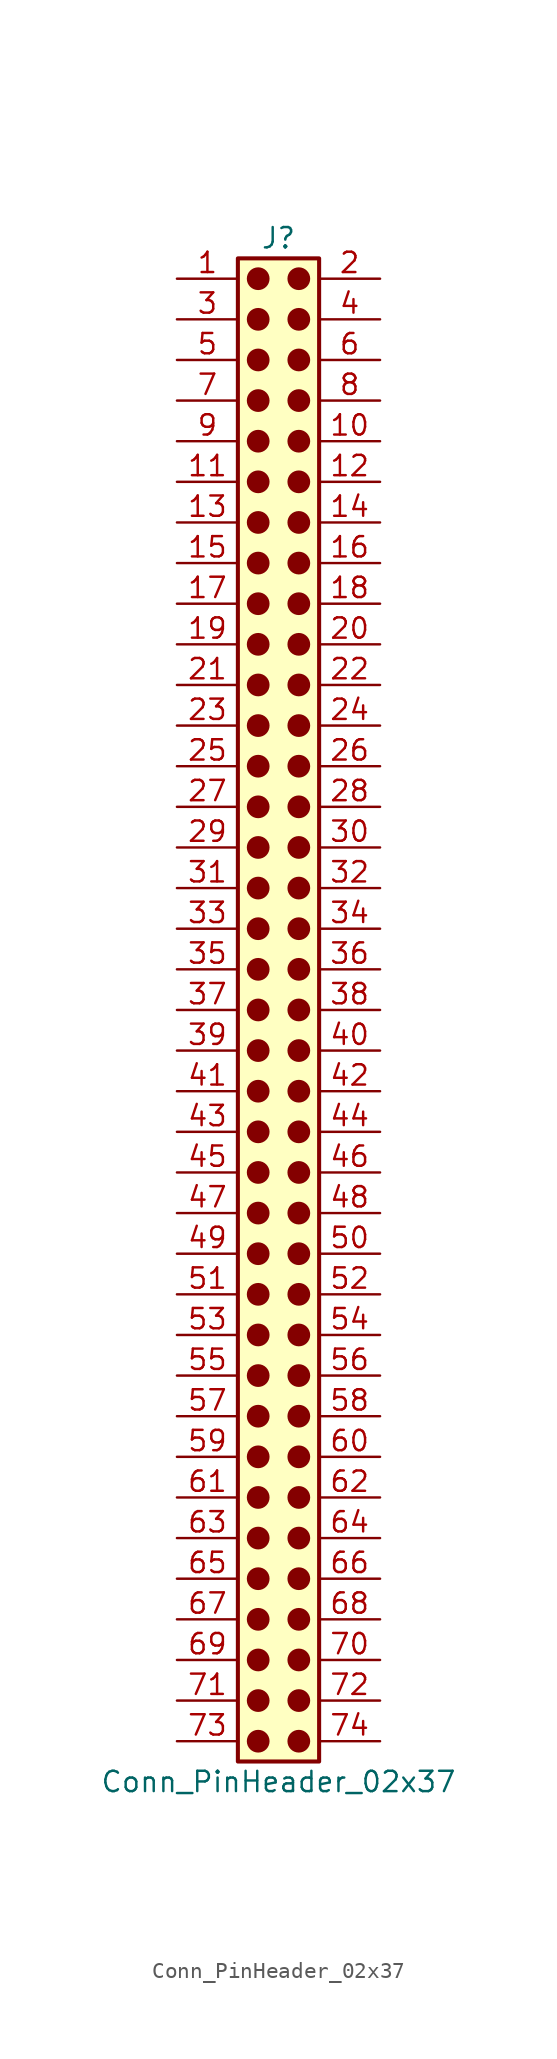
<source format=kicad_sym>
(kicad_symbol_lib
  (version 20241209)
  (generator "kicad_symbol_editor")
  (generator_version "9.0")
  (symbol "Conn_PinHeader_02x37"
    (pin_names
      (offset 1.016)
      (hide yes))
    (property "Reference" "J"
      (at 1.27 48.26 0)
      (effects (font (size 1.27 1.27))))
    (property "Value" "Conn_PinHeader_02x37"
      (at 1.27 -48.26 0)
      (effects (font (size 1.27 1.27))))
    (symbol "Conn_PinHeader_02x37_1_1"
      (rectangle (start -1.27 46.99) (end 3.81 -46.99) (stroke (width 0.254) (type default)) (fill (type background)))
      (circle (center 0 45.72) (radius 0.635) (stroke (width 0) (type solid) (color 132 0 0 1)) (fill (type outline)))
      (circle (center 0 43.18) (radius 0.635) (stroke (width 0) (type solid) (color 132 0 0 1)) (fill (type outline)))
      (circle (center 0 40.64) (radius 0.635) (stroke (width 0) (type solid) (color 132 0 0 1)) (fill (type outline)))
      (circle (center 0 38.1) (radius 0.635) (stroke (width 0) (type solid) (color 132 0 0 1)) (fill (type outline)))
      (circle (center 0 35.56) (radius 0.635) (stroke (width 0) (type solid) (color 132 0 0 1)) (fill (type outline)))
      (circle (center 0 33.02) (radius 0.635) (stroke (width 0) (type solid) (color 132 0 0 1)) (fill (type outline)))
      (circle (center 0 30.48) (radius 0.635) (stroke (width 0) (type solid) (color 132 0 0 1)) (fill (type outline)))
      (circle (center 0 27.94) (radius 0.635) (stroke (width 0) (type solid) (color 132 0 0 1)) (fill (type outline)))
      (circle (center 0 25.4) (radius 0.635) (stroke (width 0) (type solid) (color 132 0 0 1)) (fill (type outline)))
      (circle (center 0 22.86) (radius 0.635) (stroke (width 0) (type solid) (color 132 0 0 1)) (fill (type outline)))
      (circle (center 0 20.32) (radius 0.635) (stroke (width 0) (type solid) (color 132 0 0 1)) (fill (type outline)))
      (circle (center 0 17.78) (radius 0.635) (stroke (width 0) (type solid) (color 132 0 0 1)) (fill (type outline)))
      (circle (center 0 15.24) (radius 0.635) (stroke (width 0) (type solid) (color 132 0 0 1)) (fill (type outline)))
      (circle (center 0 12.7) (radius 0.635) (stroke (width 0) (type solid) (color 132 0 0 1)) (fill (type outline)))
      (circle (center 0 10.16) (radius 0.635) (stroke (width 0) (type solid) (color 132 0 0 1)) (fill (type outline)))
      (circle (center 0 7.62) (radius 0.635) (stroke (width 0) (type solid) (color 132 0 0 1)) (fill (type outline)))
      (circle (center 0 5.08) (radius 0.635) (stroke (width 0) (type solid) (color 132 0 0 1)) (fill (type outline)))
      (circle (center 0 2.54) (radius 0.635) (stroke (width 0) (type solid) (color 132 0 0 1)) (fill (type outline)))
      (circle (center 0 0) (radius 0.635) (stroke (width 0) (type solid) (color 132 0 0 1)) (fill (type outline)))
      (circle (center 0 -2.54) (radius 0.635) (stroke (width 0) (type solid) (color 132 0 0 1)) (fill (type outline)))
      (circle (center 0 -5.08) (radius 0.635) (stroke (width 0) (type solid) (color 132 0 0 1)) (fill (type outline)))
      (circle (center 0 -7.62) (radius 0.635) (stroke (width 0) (type solid) (color 132 0 0 1)) (fill (type outline)))
      (circle (center 0 -10.16) (radius 0.635) (stroke (width 0) (type solid) (color 132 0 0 1)) (fill (type outline)))
      (circle (center 0 -12.7) (radius 0.635) (stroke (width 0) (type solid) (color 132 0 0 1)) (fill (type outline)))
      (circle (center 0 -15.24) (radius 0.635) (stroke (width 0) (type solid) (color 132 0 0 1)) (fill (type outline)))
      (circle (center 0 -17.78) (radius 0.635) (stroke (width 0) (type solid) (color 132 0 0 1)) (fill (type outline)))
      (circle (center 0 -20.32) (radius 0.635) (stroke (width 0) (type solid) (color 132 0 0 1)) (fill (type outline)))
      (circle (center 0 -22.86) (radius 0.635) (stroke (width 0) (type solid) (color 132 0 0 1)) (fill (type outline)))
      (circle (center 0 -25.4) (radius 0.635) (stroke (width 0) (type solid) (color 132 0 0 1)) (fill (type outline)))
      (circle (center 0 -27.94) (radius 0.635) (stroke (width 0) (type solid) (color 132 0 0 1)) (fill (type outline)))
      (circle (center 0 -30.48) (radius 0.635) (stroke (width 0) (type solid) (color 132 0 0 1)) (fill (type outline)))
      (circle (center 0 -33.02) (radius 0.635) (stroke (width 0) (type solid) (color 132 0 0 1)) (fill (type outline)))
      (circle (center 0 -35.56) (radius 0.635) (stroke (width 0) (type solid) (color 132 0 0 1)) (fill (type outline)))
      (circle (center 0 -38.1) (radius 0.635) (stroke (width 0) (type solid) (color 132 0 0 1)) (fill (type outline)))
      (circle (center 0 -40.64) (radius 0.635) (stroke (width 0) (type solid) (color 132 0 0 1)) (fill (type outline)))
      (circle (center 0 -43.18) (radius 0.635) (stroke (width 0) (type solid) (color 132 0 0 1)) (fill (type outline)))
      (circle (center 0 -45.72) (radius 0.635) (stroke (width 0) (type solid) (color 132 0 0 1)) (fill (type outline)))
      (circle (center 2.54 45.72) (radius 0.635) (stroke (width 0) (type solid) (color 132 0 0 1)) (fill (type outline)))
      (circle (center 2.54 43.18) (radius 0.635) (stroke (width 0) (type solid) (color 132 0 0 1)) (fill (type outline)))
      (circle (center 2.54 40.64) (radius 0.635) (stroke (width 0) (type solid) (color 132 0 0 1)) (fill (type outline)))
      (circle (center 2.54 38.1) (radius 0.635) (stroke (width 0) (type solid) (color 132 0 0 1)) (fill (type outline)))
      (circle (center 2.54 35.56) (radius 0.635) (stroke (width 0) (type solid) (color 132 0 0 1)) (fill (type outline)))
      (circle (center 2.54 33.02) (radius 0.635) (stroke (width 0) (type solid) (color 132 0 0 1)) (fill (type outline)))
      (circle (center 2.54 30.48) (radius 0.635) (stroke (width 0) (type solid) (color 132 0 0 1)) (fill (type outline)))
      (circle (center 2.54 27.94) (radius 0.635) (stroke (width 0) (type solid) (color 132 0 0 1)) (fill (type outline)))
      (circle (center 2.54 25.4) (radius 0.635) (stroke (width 0) (type solid) (color 132 0 0 1)) (fill (type outline)))
      (circle (center 2.54 22.86) (radius 0.635) (stroke (width 0) (type solid) (color 132 0 0 1)) (fill (type outline)))
      (circle (center 2.54 20.32) (radius 0.635) (stroke (width 0) (type solid) (color 132 0 0 1)) (fill (type outline)))
      (circle (center 2.54 17.78) (radius 0.635) (stroke (width 0) (type solid) (color 132 0 0 1)) (fill (type outline)))
      (circle (center 2.54 15.24) (radius 0.635) (stroke (width 0) (type solid) (color 132 0 0 1)) (fill (type outline)))
      (circle (center 2.54 12.7) (radius 0.635) (stroke (width 0) (type solid) (color 132 0 0 1)) (fill (type outline)))
      (circle (center 2.54 10.16) (radius 0.635) (stroke (width 0) (type solid) (color 132 0 0 1)) (fill (type outline)))
      (circle (center 2.54 7.62) (radius 0.635) (stroke (width 0) (type solid) (color 132 0 0 1)) (fill (type outline)))
      (circle (center 2.54 5.08) (radius 0.635) (stroke (width 0) (type solid) (color 132 0 0 1)) (fill (type outline)))
      (circle (center 2.54 2.54) (radius 0.635) (stroke (width 0) (type solid) (color 132 0 0 1)) (fill (type outline)))
      (circle (center 2.54 0) (radius 0.635) (stroke (width 0) (type solid) (color 132 0 0 1)) (fill (type outline)))
      (circle (center 2.54 -2.54) (radius 0.635) (stroke (width 0) (type solid) (color 132 0 0 1)) (fill (type outline)))
      (circle (center 2.54 -5.08) (radius 0.635) (stroke (width 0) (type solid) (color 132 0 0 1)) (fill (type outline)))
      (circle (center 2.54 -7.62) (radius 0.635) (stroke (width 0) (type solid) (color 132 0 0 1)) (fill (type outline)))
      (circle (center 2.54 -10.16) (radius 0.635) (stroke (width 0) (type solid) (color 132 0 0 1)) (fill (type outline)))
      (circle (center 2.54 -12.7) (radius 0.635) (stroke (width 0) (type solid) (color 132 0 0 1)) (fill (type outline)))
      (circle (center 2.54 -15.24) (radius 0.635) (stroke (width 0) (type solid) (color 132 0 0 1)) (fill (type outline)))
      (circle (center 2.54 -17.78) (radius 0.635) (stroke (width 0) (type solid) (color 132 0 0 1)) (fill (type outline)))
      (circle (center 2.54 -20.32) (radius 0.635) (stroke (width 0) (type solid) (color 132 0 0 1)) (fill (type outline)))
      (circle (center 2.54 -22.86) (radius 0.635) (stroke (width 0) (type solid) (color 132 0 0 1)) (fill (type outline)))
      (circle (center 2.54 -25.4) (radius 0.635) (stroke (width 0) (type solid) (color 132 0 0 1)) (fill (type outline)))
      (circle (center 2.54 -27.94) (radius 0.635) (stroke (width 0) (type solid) (color 132 0 0 1)) (fill (type outline)))
      (circle (center 2.54 -30.48) (radius 0.635) (stroke (width 0) (type solid) (color 132 0 0 1)) (fill (type outline)))
      (circle (center 2.54 -33.02) (radius 0.635) (stroke (width 0) (type solid) (color 132 0 0 1)) (fill (type outline)))
      (circle (center 2.54 -35.56) (radius 0.635) (stroke (width 0) (type solid) (color 132 0 0 1)) (fill (type outline)))
      (circle (center 2.54 -38.1) (radius 0.635) (stroke (width 0) (type solid) (color 132 0 0 1)) (fill (type outline)))
      (circle (center 2.54 -40.64) (radius 0.635) (stroke (width 0) (type solid) (color 132 0 0 1)) (fill (type outline)))
      (circle (center 2.54 -43.18) (radius 0.635) (stroke (width 0) (type solid) (color 132 0 0 1)) (fill (type outline)))
      (circle (center 2.54 -45.72) (radius 0.635) (stroke (width 0) (type solid) (color 132 0 0 1)) (fill (type outline)))
      (pin passive line (at -5.08 45.72 0) (length 3.81) (name "Pin_1" (effects (font (size 1.27 1.27)))) (number "1" (effects (font (size 1.27 1.27)))))
      (pin passive line (at -5.08 43.18 0) (length 3.81) (name "Pin_3" (effects (font (size 1.27 1.27)))) (number "3" (effects (font (size 1.27 1.27)))))
      (pin passive line (at -5.08 40.64 0) (length 3.81) (name "Pin_5" (effects (font (size 1.27 1.27)))) (number "5" (effects (font (size 1.27 1.27)))))
      (pin passive line (at -5.08 38.1 0) (length 3.81) (name "Pin_7" (effects (font (size 1.27 1.27)))) (number "7" (effects (font (size 1.27 1.27)))))
      (pin passive line (at -5.08 35.56 0) (length 3.81) (name "Pin_9" (effects (font (size 1.27 1.27)))) (number "9" (effects (font (size 1.27 1.27)))))
      (pin passive line (at -5.08 33.02 0) (length 3.81) (name "Pin_11" (effects (font (size 1.27 1.27)))) (number "11" (effects (font (size 1.27 1.27)))))
      (pin passive line (at -5.08 30.48 0) (length 3.81) (name "Pin_13" (effects (font (size 1.27 1.27)))) (number "13" (effects (font (size 1.27 1.27)))))
      (pin passive line (at -5.08 27.94 0) (length 3.81) (name "Pin_15" (effects (font (size 1.27 1.27)))) (number "15" (effects (font (size 1.27 1.27)))))
      (pin passive line (at -5.08 25.4 0) (length 3.81) (name "Pin_17" (effects (font (size 1.27 1.27)))) (number "17" (effects (font (size 1.27 1.27)))))
      (pin passive line (at -5.08 22.86 0) (length 3.81) (name "Pin_19" (effects (font (size 1.27 1.27)))) (number "19" (effects (font (size 1.27 1.27)))))
      (pin passive line (at -5.08 20.32 0) (length 3.81) (name "Pin_21" (effects (font (size 1.27 1.27)))) (number "21" (effects (font (size 1.27 1.27)))))
      (pin passive line (at -5.08 17.78 0) (length 3.81) (name "Pin_23" (effects (font (size 1.27 1.27)))) (number "23" (effects (font (size 1.27 1.27)))))
      (pin passive line (at -5.08 15.24 0) (length 3.81) (name "Pin_25" (effects (font (size 1.27 1.27)))) (number "25" (effects (font (size 1.27 1.27)))))
      (pin passive line (at -5.08 12.7 0) (length 3.81) (name "Pin_27" (effects (font (size 1.27 1.27)))) (number "27" (effects (font (size 1.27 1.27)))))
      (pin passive line (at -5.08 10.16 0) (length 3.81) (name "Pin_29" (effects (font (size 1.27 1.27)))) (number "29" (effects (font (size 1.27 1.27)))))
      (pin passive line (at -5.08 7.62 0) (length 3.81) (name "Pin_31" (effects (font (size 1.27 1.27)))) (number "31" (effects (font (size 1.27 1.27)))))
      (pin passive line (at -5.08 5.08 0) (length 3.81) (name "Pin_33" (effects (font (size 1.27 1.27)))) (number "33" (effects (font (size 1.27 1.27)))))
      (pin passive line (at -5.08 2.54 0) (length 3.81) (name "Pin_35" (effects (font (size 1.27 1.27)))) (number "35" (effects (font (size 1.27 1.27)))))
      (pin passive line (at -5.08 0 0) (length 3.81) (name "Pin_37" (effects (font (size 1.27 1.27)))) (number "37" (effects (font (size 1.27 1.27)))))
      (pin passive line (at -5.08 -2.54 0) (length 3.81) (name "Pin_39" (effects (font (size 1.27 1.27)))) (number "39" (effects (font (size 1.27 1.27)))))
      (pin passive line (at -5.08 -5.08 0) (length 3.81) (name "Pin_41" (effects (font (size 1.27 1.27)))) (number "41" (effects (font (size 1.27 1.27)))))
      (pin passive line (at -5.08 -7.62 0) (length 3.81) (name "Pin_43" (effects (font (size 1.27 1.27)))) (number "43" (effects (font (size 1.27 1.27)))))
      (pin passive line (at -5.08 -10.16 0) (length 3.81) (name "Pin_45" (effects (font (size 1.27 1.27)))) (number "45" (effects (font (size 1.27 1.27)))))
      (pin passive line (at -5.08 -12.7 0) (length 3.81) (name "Pin_47" (effects (font (size 1.27 1.27)))) (number "47" (effects (font (size 1.27 1.27)))))
      (pin passive line (at -5.08 -15.24 0) (length 3.81) (name "Pin_49" (effects (font (size 1.27 1.27)))) (number "49" (effects (font (size 1.27 1.27)))))
      (pin passive line (at -5.08 -17.78 0) (length 3.81) (name "Pin_51" (effects (font (size 1.27 1.27)))) (number "51" (effects (font (size 1.27 1.27)))))
      (pin passive line (at -5.08 -20.32 0) (length 3.81) (name "Pin_53" (effects (font (size 1.27 1.27)))) (number "53" (effects (font (size 1.27 1.27)))))
      (pin passive line (at -5.08 -22.86 0) (length 3.81) (name "Pin_55" (effects (font (size 1.27 1.27)))) (number "55" (effects (font (size 1.27 1.27)))))
      (pin passive line (at -5.08 -25.4 0) (length 3.81) (name "Pin_57" (effects (font (size 1.27 1.27)))) (number "57" (effects (font (size 1.27 1.27)))))
      (pin passive line (at -5.08 -27.94 0) (length 3.81) (name "Pin_59" (effects (font (size 1.27 1.27)))) (number "59" (effects (font (size 1.27 1.27)))))
      (pin passive line (at -5.08 -30.48 0) (length 3.81) (name "Pin_61" (effects (font (size 1.27 1.27)))) (number "61" (effects (font (size 1.27 1.27)))))
      (pin passive line (at -5.08 -33.02 0) (length 3.81) (name "Pin_63" (effects (font (size 1.27 1.27)))) (number "63" (effects (font (size 1.27 1.27)))))
      (pin passive line (at -5.08 -35.56 0) (length 3.81) (name "Pin_65" (effects (font (size 1.27 1.27)))) (number "65" (effects (font (size 1.27 1.27)))))
      (pin passive line (at -5.08 -38.1 0) (length 3.81) (name "Pin_67" (effects (font (size 1.27 1.27)))) (number "67" (effects (font (size 1.27 1.27)))))
      (pin passive line (at -5.08 -40.64 0) (length 3.81) (name "Pin_69" (effects (font (size 1.27 1.27)))) (number "69" (effects (font (size 1.27 1.27)))))
      (pin passive line (at -5.08 -43.18 0) (length 3.81) (name "Pin_71" (effects (font (size 1.27 1.27)))) (number "71" (effects (font (size 1.27 1.27)))))
      (pin passive line (at -5.08 -45.72 0) (length 3.81) (name "Pin_73" (effects (font (size 1.27 1.27)))) (number "73" (effects (font (size 1.27 1.27)))))
      (pin passive line (at 7.62 45.72 180) (length 3.81) (name "Pin_2" (effects (font (size 1.27 1.27)))) (number "2" (effects (font (size 1.27 1.27)))))
      (pin passive line (at 7.62 43.18 180) (length 3.81) (name "Pin_4" (effects (font (size 1.27 1.27)))) (number "4" (effects (font (size 1.27 1.27)))))
      (pin passive line (at 7.62 40.64 180) (length 3.81) (name "Pin_6" (effects (font (size 1.27 1.27)))) (number "6" (effects (font (size 1.27 1.27)))))
      (pin passive line (at 7.62 38.1 180) (length 3.81) (name "Pin_8" (effects (font (size 1.27 1.27)))) (number "8" (effects (font (size 1.27 1.27)))))
      (pin passive line (at 7.62 35.56 180) (length 3.81) (name "Pin_10" (effects (font (size 1.27 1.27)))) (number "10" (effects (font (size 1.27 1.27)))))
      (pin passive line (at 7.62 33.02 180) (length 3.81) (name "Pin_12" (effects (font (size 1.27 1.27)))) (number "12" (effects (font (size 1.27 1.27)))))
      (pin passive line (at 7.62 30.48 180) (length 3.81) (name "Pin_14" (effects (font (size 1.27 1.27)))) (number "14" (effects (font (size 1.27 1.27)))))
      (pin passive line (at 7.62 27.94 180) (length 3.81) (name "Pin_16" (effects (font (size 1.27 1.27)))) (number "16" (effects (font (size 1.27 1.27)))))
      (pin passive line (at 7.62 25.4 180) (length 3.81) (name "Pin_18" (effects (font (size 1.27 1.27)))) (number "18" (effects (font (size 1.27 1.27)))))
      (pin passive line (at 7.62 22.86 180) (length 3.81) (name "Pin_20" (effects (font (size 1.27 1.27)))) (number "20" (effects (font (size 1.27 1.27)))))
      (pin passive line (at 7.62 20.32 180) (length 3.81) (name "Pin_22" (effects (font (size 1.27 1.27)))) (number "22" (effects (font (size 1.27 1.27)))))
      (pin passive line (at 7.62 17.78 180) (length 3.81) (name "Pin_24" (effects (font (size 1.27 1.27)))) (number "24" (effects (font (size 1.27 1.27)))))
      (pin passive line (at 7.62 15.24 180) (length 3.81) (name "Pin_26" (effects (font (size 1.27 1.27)))) (number "26" (effects (font (size 1.27 1.27)))))
      (pin passive line (at 7.62 12.7 180) (length 3.81) (name "Pin_28" (effects (font (size 1.27 1.27)))) (number "28" (effects (font (size 1.27 1.27)))))
      (pin passive line (at 7.62 10.16 180) (length 3.81) (name "Pin_30" (effects (font (size 1.27 1.27)))) (number "30" (effects (font (size 1.27 1.27)))))
      (pin passive line (at 7.62 7.62 180) (length 3.81) (name "Pin_32" (effects (font (size 1.27 1.27)))) (number "32" (effects (font (size 1.27 1.27)))))
      (pin passive line (at 7.62 5.08 180) (length 3.81) (name "Pin_34" (effects (font (size 1.27 1.27)))) (number "34" (effects (font (size 1.27 1.27)))))
      (pin passive line (at 7.62 2.54 180) (length 3.81) (name "Pin_36" (effects (font (size 1.27 1.27)))) (number "36" (effects (font (size 1.27 1.27)))))
      (pin passive line (at 7.62 0 180) (length 3.81) (name "Pin_38" (effects (font (size 1.27 1.27)))) (number "38" (effects (font (size 1.27 1.27)))))
      (pin passive line (at 7.62 -2.54 180) (length 3.81) (name "Pin_40" (effects (font (size 1.27 1.27)))) (number "40" (effects (font (size 1.27 1.27)))))
      (pin passive line (at 7.62 -5.08 180) (length 3.81) (name "Pin_42" (effects (font (size 1.27 1.27)))) (number "42" (effects (font (size 1.27 1.27)))))
      (pin passive line (at 7.62 -7.62 180) (length 3.81) (name "Pin_44" (effects (font (size 1.27 1.27)))) (number "44" (effects (font (size 1.27 1.27)))))
      (pin passive line (at 7.62 -10.16 180) (length 3.81) (name "Pin_46" (effects (font (size 1.27 1.27)))) (number "46" (effects (font (size 1.27 1.27)))))
      (pin passive line (at 7.62 -12.7 180) (length 3.81) (name "Pin_48" (effects (font (size 1.27 1.27)))) (number "48" (effects (font (size 1.27 1.27)))))
      (pin passive line (at 7.62 -15.24 180) (length 3.81) (name "Pin_50" (effects (font (size 1.27 1.27)))) (number "50" (effects (font (size 1.27 1.27)))))
      (pin passive line (at 7.62 -17.78 180) (length 3.81) (name "Pin_52" (effects (font (size 1.27 1.27)))) (number "52" (effects (font (size 1.27 1.27)))))
      (pin passive line (at 7.62 -20.32 180) (length 3.81) (name "Pin_54" (effects (font (size 1.27 1.27)))) (number "54" (effects (font (size 1.27 1.27)))))
      (pin passive line (at 7.62 -22.86 180) (length 3.81) (name "Pin_56" (effects (font (size 1.27 1.27)))) (number "56" (effects (font (size 1.27 1.27)))))
      (pin passive line (at 7.62 -25.4 180) (length 3.81) (name "Pin_58" (effects (font (size 1.27 1.27)))) (number "58" (effects (font (size 1.27 1.27)))))
      (pin passive line (at 7.62 -27.94 180) (length 3.81) (name "Pin_60" (effects (font (size 1.27 1.27)))) (number "60" (effects (font (size 1.27 1.27)))))
      (pin passive line (at 7.62 -30.48 180) (length 3.81) (name "Pin_62" (effects (font (size 1.27 1.27)))) (number "62" (effects (font (size 1.27 1.27)))))
      (pin passive line (at 7.62 -33.02 180) (length 3.81) (name "Pin_64" (effects (font (size 1.27 1.27)))) (number "64" (effects (font (size 1.27 1.27)))))
      (pin passive line (at 7.62 -35.56 180) (length 3.81) (name "Pin_66" (effects (font (size 1.27 1.27)))) (number "66" (effects (font (size 1.27 1.27)))))
      (pin passive line (at 7.62 -38.1 180) (length 3.81) (name "Pin_68" (effects (font (size 1.27 1.27)))) (number "68" (effects (font (size 1.27 1.27)))))
      (pin passive line (at 7.62 -40.64 180) (length 3.81) (name "Pin_70" (effects (font (size 1.27 1.27)))) (number "70" (effects (font (size 1.27 1.27)))))
      (pin passive line (at 7.62 -43.18 180) (length 3.81) (name "Pin_72" (effects (font (size 1.27 1.27)))) (number "72" (effects (font (size 1.27 1.27)))))
      (pin passive line (at 7.62 -45.72 180) (length 3.81) (name "Pin_74" (effects (font (size 1.27 1.27)))) (number "74" (effects (font (size 1.27 1.27))))))))
</source>
